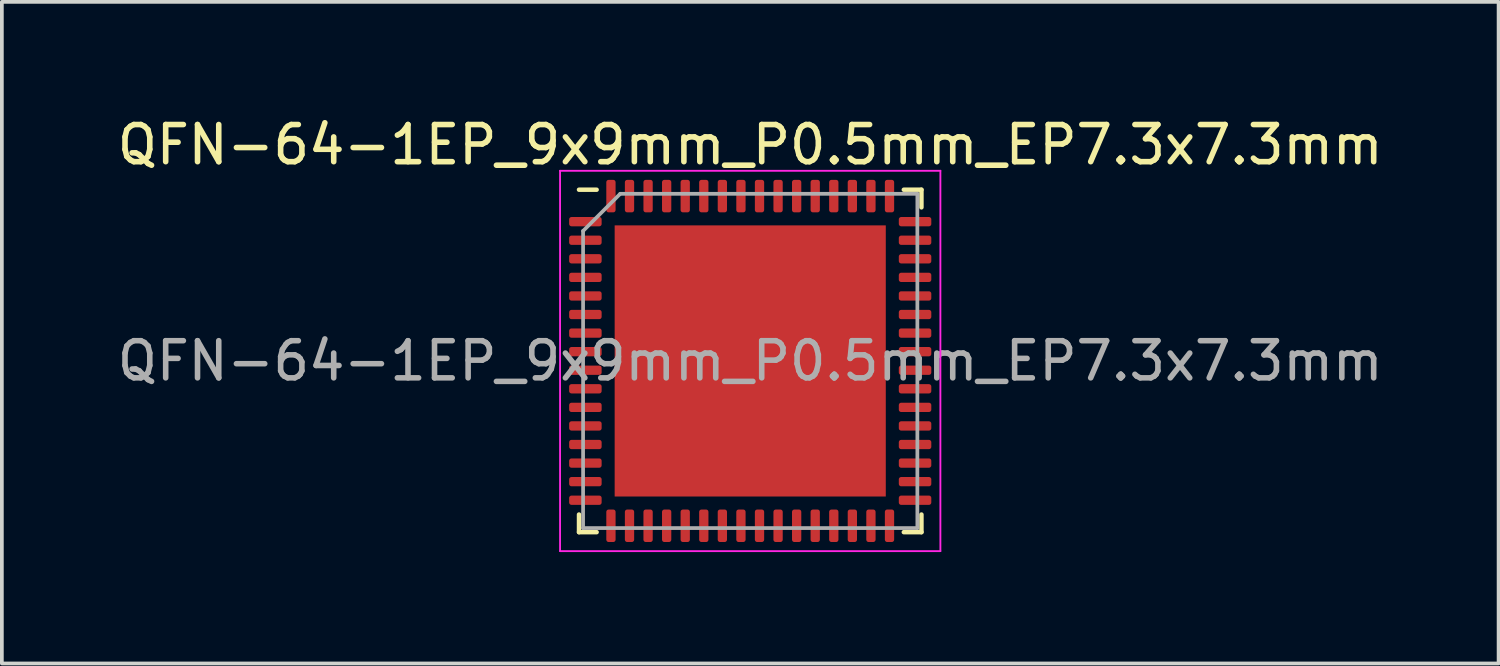
<source format=kicad_pcb>
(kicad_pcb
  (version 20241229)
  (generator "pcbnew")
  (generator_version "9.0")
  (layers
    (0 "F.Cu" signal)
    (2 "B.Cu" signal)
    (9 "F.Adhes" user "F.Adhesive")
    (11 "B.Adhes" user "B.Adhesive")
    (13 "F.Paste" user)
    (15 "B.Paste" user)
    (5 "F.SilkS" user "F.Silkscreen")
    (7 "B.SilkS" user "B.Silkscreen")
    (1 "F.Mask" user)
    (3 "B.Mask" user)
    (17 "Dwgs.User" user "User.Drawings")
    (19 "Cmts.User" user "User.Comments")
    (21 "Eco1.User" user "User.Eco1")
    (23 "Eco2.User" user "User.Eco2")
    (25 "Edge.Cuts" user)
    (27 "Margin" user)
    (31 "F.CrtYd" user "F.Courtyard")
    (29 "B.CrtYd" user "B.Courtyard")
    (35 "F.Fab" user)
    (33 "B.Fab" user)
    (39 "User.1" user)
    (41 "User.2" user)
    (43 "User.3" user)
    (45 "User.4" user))
  (footprint "QFN-64-1EP_9x9mm_P0.5mm_EP7.3x7.3mm"
    (layer "F.Cu")
    (at 17.149 6.668)
    (property "Reference" "QFN-64-1EP_9x9mm_P0.5mm_EP7.3x7.3mm" (at 0 -5.82 0) (layer "F.SilkS") (effects (font (size 1 1) (thickness 0.15))))
    (attr smd)
    (fp_line (start -4.61 4.61) (end -4.61 4.135) (stroke (width 0.12) (type solid)) (layer "F.SilkS"))
    (fp_line (start -4.135 -4.61) (end -4.61 -4.61) (stroke (width 0.12) (type solid)) (layer "F.SilkS"))
    (fp_line (start -4.135 4.61) (end -4.61 4.61) (stroke (width 0.12) (type solid)) (layer "F.SilkS"))
    (fp_line (start 4.135 -4.61) (end 4.61 -4.61) (stroke (width 0.12) (type solid)) (layer "F.SilkS"))
    (fp_line (start 4.135 4.61) (end 4.61 4.61) (stroke (width 0.12) (type solid)) (layer "F.SilkS"))
    (fp_line (start 4.61 -4.61) (end 4.61 -4.135) (stroke (width 0.12) (type solid)) (layer "F.SilkS"))
    (fp_line (start 4.61 4.61) (end 4.61 4.135) (stroke (width 0.12) (type solid)) (layer "F.SilkS"))
    (fp_line (start -5.12 -5.12) (end -5.12 5.12) (stroke (width 0.05) (type solid)) (layer "F.CrtYd"))
    (fp_line (start -5.12 5.12) (end 5.12 5.12) (stroke (width 0.05) (type solid)) (layer "F.CrtYd"))
    (fp_line (start 5.12 -5.12) (end -5.12 -5.12) (stroke (width 0.05) (type solid)) (layer "F.CrtYd"))
    (fp_line (start 5.12 5.12) (end 5.12 -5.12) (stroke (width 0.05) (type solid)) (layer "F.CrtYd"))
    (fp_line (start -4.5 -3.5) (end -3.5 -4.5) (stroke (width 0.1) (type solid)) (layer "F.Fab"))
    (fp_line (start -4.5 4.5) (end -4.5 -3.5) (stroke (width 0.1) (type solid)) (layer "F.Fab"))
    (fp_line (start -3.5 -4.5) (end 4.5 -4.5) (stroke (width 0.1) (type solid)) (layer "F.Fab"))
    (fp_line (start 4.5 -4.5) (end 4.5 4.5) (stroke (width 0.1) (type solid)) (layer "F.Fab"))
    (fp_line (start 4.5 4.5) (end -4.5 4.5) (stroke (width 0.1) (type solid)) (layer "F.Fab"))
    (fp_text user "${REFERENCE}" (at 0 0 0) (layer "F.Fab") (effects (font (size 1 1) (thickness 0.15))))
    (pad "" smd roundrect (at -2.92 -2.92) (size 1.18 1.18) (layers "F.Paste") (roundrect_rratio 0.212))
    (pad "" smd roundrect (at -2.92 -1.46) (size 1.18 1.18) (layers "F.Paste") (roundrect_rratio 0.212))
    (pad "" smd roundrect (at -2.92 0) (size 1.18 1.18) (layers "F.Paste") (roundrect_rratio 0.212))
    (pad "" smd roundrect (at -2.92 1.46) (size 1.18 1.18) (layers "F.Paste") (roundrect_rratio 0.212))
    (pad "" smd roundrect (at -2.92 2.92) (size 1.18 1.18) (layers "F.Paste") (roundrect_rratio 0.212))
    (pad "" smd roundrect (at -1.46 -2.92) (size 1.18 1.18) (layers "F.Paste") (roundrect_rratio 0.212))
    (pad "" smd roundrect (at -1.46 -1.46) (size 1.18 1.18) (layers "F.Paste") (roundrect_rratio 0.212))
    (pad "" smd roundrect (at -1.46 0) (size 1.18 1.18) (layers "F.Paste") (roundrect_rratio 0.212))
    (pad "" smd roundrect (at -1.46 1.46) (size 1.18 1.18) (layers "F.Paste") (roundrect_rratio 0.212))
    (pad "" smd roundrect (at -1.46 2.92) (size 1.18 1.18) (layers "F.Paste") (roundrect_rratio 0.212))
    (pad "" smd roundrect (at 0 -2.92) (size 1.18 1.18) (layers "F.Paste") (roundrect_rratio 0.212))
    (pad "" smd roundrect (at 0 -1.46) (size 1.18 1.18) (layers "F.Paste") (roundrect_rratio 0.212))
    (pad "" smd roundrect (at 0 0) (size 1.18 1.18) (layers "F.Paste") (roundrect_rratio 0.212))
    (pad "" smd roundrect (at 0 1.46) (size 1.18 1.18) (layers "F.Paste") (roundrect_rratio 0.212))
    (pad "" smd roundrect (at 0 2.92) (size 1.18 1.18) (layers "F.Paste") (roundrect_rratio 0.212))
    (pad "" smd roundrect (at 1.46 -2.92) (size 1.18 1.18) (layers "F.Paste") (roundrect_rratio 0.212))
    (pad "" smd roundrect (at 1.46 -1.46) (size 1.18 1.18) (layers "F.Paste") (roundrect_rratio 0.212))
    (pad "" smd roundrect (at 1.46 0) (size 1.18 1.18) (layers "F.Paste") (roundrect_rratio 0.212))
    (pad "" smd roundrect (at 1.46 1.46) (size 1.18 1.18) (layers "F.Paste") (roundrect_rratio 0.212))
    (pad "" smd roundrect (at 1.46 2.92) (size 1.18 1.18) (layers "F.Paste") (roundrect_rratio 0.212))
    (pad "" smd roundrect (at 2.92 -2.92) (size 1.18 1.18) (layers "F.Paste") (roundrect_rratio 0.212))
    (pad "" smd roundrect (at 2.92 -1.46) (size 1.18 1.18) (layers "F.Paste") (roundrect_rratio 0.212))
    (pad "" smd roundrect (at 2.92 0) (size 1.18 1.18) (layers "F.Paste") (roundrect_rratio 0.212))
    (pad "" smd roundrect (at 2.92 1.46) (size 1.18 1.18) (layers "F.Paste") (roundrect_rratio 0.212))
    (pad "" smd roundrect (at 2.92 2.92) (size 1.18 1.18) (layers "F.Paste") (roundrect_rratio 0.212))
    (pad "1" smd roundrect (at -4.438 -3.75) (size 0.875 0.25) (layers "F.Cu" "F.Mask" "F.Paste") (roundrect_rratio 0.25))
    (pad "2" smd roundrect (at -4.438 -3.25) (size 0.875 0.25) (layers "F.Cu" "F.Mask" "F.Paste") (roundrect_rratio 0.25))
    (pad "3" smd roundrect (at -4.438 -2.75) (size 0.875 0.25) (layers "F.Cu" "F.Mask" "F.Paste") (roundrect_rratio 0.25))
    (pad "4" smd roundrect (at -4.438 -2.25) (size 0.875 0.25) (layers "F.Cu" "F.Mask" "F.Paste") (roundrect_rratio 0.25))
    (pad "5" smd roundrect (at -4.438 -1.75) (size 0.875 0.25) (layers "F.Cu" "F.Mask" "F.Paste") (roundrect_rratio 0.25))
    (pad "6" smd roundrect (at -4.438 -1.25) (size 0.875 0.25) (layers "F.Cu" "F.Mask" "F.Paste") (roundrect_rratio 0.25))
    (pad "7" smd roundrect (at -4.438 -0.75) (size 0.875 0.25) (layers "F.Cu" "F.Mask" "F.Paste") (roundrect_rratio 0.25))
    (pad "8" smd roundrect (at -4.438 -0.25) (size 0.875 0.25) (layers "F.Cu" "F.Mask" "F.Paste") (roundrect_rratio 0.25))
    (pad "9" smd roundrect (at -4.438 0.25) (size 0.875 0.25) (layers "F.Cu" "F.Mask" "F.Paste") (roundrect_rratio 0.25))
    (pad "10" smd roundrect (at -4.438 0.75) (size 0.875 0.25) (layers "F.Cu" "F.Mask" "F.Paste") (roundrect_rratio 0.25))
    (pad "11" smd roundrect (at -4.438 1.25) (size 0.875 0.25) (layers "F.Cu" "F.Mask" "F.Paste") (roundrect_rratio 0.25))
    (pad "12" smd roundrect (at -4.438 1.75) (size 0.875 0.25) (layers "F.Cu" "F.Mask" "F.Paste") (roundrect_rratio 0.25))
    (pad "13" smd roundrect (at -4.438 2.25) (size 0.875 0.25) (layers "F.Cu" "F.Mask" "F.Paste") (roundrect_rratio 0.25))
    (pad "14" smd roundrect (at -4.438 2.75) (size 0.875 0.25) (layers "F.Cu" "F.Mask" "F.Paste") (roundrect_rratio 0.25))
    (pad "15" smd roundrect (at -4.438 3.25) (size 0.875 0.25) (layers "F.Cu" "F.Mask" "F.Paste") (roundrect_rratio 0.25))
    (pad "16" smd roundrect (at -4.438 3.75) (size 0.875 0.25) (layers "F.Cu" "F.Mask" "F.Paste") (roundrect_rratio 0.25))
    (pad "17" smd roundrect (at -3.75 4.438) (size 0.25 0.875) (layers "F.Cu" "F.Mask" "F.Paste") (roundrect_rratio 0.25))
    (pad "18" smd roundrect (at -3.25 4.438) (size 0.25 0.875) (layers "F.Cu" "F.Mask" "F.Paste") (roundrect_rratio 0.25))
    (pad "19" smd roundrect (at -2.75 4.438) (size 0.25 0.875) (layers "F.Cu" "F.Mask" "F.Paste") (roundrect_rratio 0.25))
    (pad "20" smd roundrect (at -2.25 4.438) (size 0.25 0.875) (layers "F.Cu" "F.Mask" "F.Paste") (roundrect_rratio 0.25))
    (pad "21" smd roundrect (at -1.75 4.438) (size 0.25 0.875) (layers "F.Cu" "F.Mask" "F.Paste") (roundrect_rratio 0.25))
    (pad "22" smd roundrect (at -1.25 4.438) (size 0.25 0.875) (layers "F.Cu" "F.Mask" "F.Paste") (roundrect_rratio 0.25))
    (pad "23" smd roundrect (at -0.75 4.438) (size 0.25 0.875) (layers "F.Cu" "F.Mask" "F.Paste") (roundrect_rratio 0.25))
    (pad "24" smd roundrect (at -0.25 4.438) (size 0.25 0.875) (layers "F.Cu" "F.Mask" "F.Paste") (roundrect_rratio 0.25))
    (pad "25" smd roundrect (at 0.25 4.438) (size 0.25 0.875) (layers "F.Cu" "F.Mask" "F.Paste") (roundrect_rratio 0.25))
    (pad "26" smd roundrect (at 0.75 4.438) (size 0.25 0.875) (layers "F.Cu" "F.Mask" "F.Paste") (roundrect_rratio 0.25))
    (pad "27" smd roundrect (at 1.25 4.438) (size 0.25 0.875) (layers "F.Cu" "F.Mask" "F.Paste") (roundrect_rratio 0.25))
    (pad "28" smd roundrect (at 1.75 4.438) (size 0.25 0.875) (layers "F.Cu" "F.Mask" "F.Paste") (roundrect_rratio 0.25))
    (pad "29" smd roundrect (at 2.25 4.438) (size 0.25 0.875) (layers "F.Cu" "F.Mask" "F.Paste") (roundrect_rratio 0.25))
    (pad "30" smd roundrect (at 2.75 4.438) (size 0.25 0.875) (layers "F.Cu" "F.Mask" "F.Paste") (roundrect_rratio 0.25))
    (pad "31" smd roundrect (at 3.25 4.438) (size 0.25 0.875) (layers "F.Cu" "F.Mask" "F.Paste") (roundrect_rratio 0.25))
    (pad "32" smd roundrect (at 3.75 4.438) (size 0.25 0.875) (layers "F.Cu" "F.Mask" "F.Paste") (roundrect_rratio 0.25))
    (pad "33" smd roundrect (at 4.438 3.75) (size 0.875 0.25) (layers "F.Cu" "F.Mask" "F.Paste") (roundrect_rratio 0.25))
    (pad "34" smd roundrect (at 4.438 3.25) (size 0.875 0.25) (layers "F.Cu" "F.Mask" "F.Paste") (roundrect_rratio 0.25))
    (pad "35" smd roundrect (at 4.438 2.75) (size 0.875 0.25) (layers "F.Cu" "F.Mask" "F.Paste") (roundrect_rratio 0.25))
    (pad "36" smd roundrect (at 4.438 2.25) (size 0.875 0.25) (layers "F.Cu" "F.Mask" "F.Paste") (roundrect_rratio 0.25))
    (pad "37" smd roundrect (at 4.438 1.75) (size 0.875 0.25) (layers "F.Cu" "F.Mask" "F.Paste") (roundrect_rratio 0.25))
    (pad "38" smd roundrect (at 4.438 1.25) (size 0.875 0.25) (layers "F.Cu" "F.Mask" "F.Paste") (roundrect_rratio 0.25))
    (pad "39" smd roundrect (at 4.438 0.75) (size 0.875 0.25) (layers "F.Cu" "F.Mask" "F.Paste") (roundrect_rratio 0.25))
    (pad "40" smd roundrect (at 4.438 0.25) (size 0.875 0.25) (layers "F.Cu" "F.Mask" "F.Paste") (roundrect_rratio 0.25))
    (pad "41" smd roundrect (at 4.438 -0.25) (size 0.875 0.25) (layers "F.Cu" "F.Mask" "F.Paste") (roundrect_rratio 0.25))
    (pad "42" smd roundrect (at 4.438 -0.75) (size 0.875 0.25) (layers "F.Cu" "F.Mask" "F.Paste") (roundrect_rratio 0.25))
    (pad "43" smd roundrect (at 4.438 -1.25) (size 0.875 0.25) (layers "F.Cu" "F.Mask" "F.Paste") (roundrect_rratio 0.25))
    (pad "44" smd roundrect (at 4.438 -1.75) (size 0.875 0.25) (layers "F.Cu" "F.Mask" "F.Paste") (roundrect_rratio 0.25))
    (pad "45" smd roundrect (at 4.438 -2.25) (size 0.875 0.25) (layers "F.Cu" "F.Mask" "F.Paste") (roundrect_rratio 0.25))
    (pad "46" smd roundrect (at 4.438 -2.75) (size 0.875 0.25) (layers "F.Cu" "F.Mask" "F.Paste") (roundrect_rratio 0.25))
    (pad "47" smd roundrect (at 4.438 -3.25) (size 0.875 0.25) (layers "F.Cu" "F.Mask" "F.Paste") (roundrect_rratio 0.25))
    (pad "48" smd roundrect (at 4.438 -3.75) (size 0.875 0.25) (layers "F.Cu" "F.Mask" "F.Paste") (roundrect_rratio 0.25))
    (pad "49" smd roundrect (at 3.75 -4.438) (size 0.25 0.875) (layers "F.Cu" "F.Mask" "F.Paste") (roundrect_rratio 0.25))
    (pad "50" smd roundrect (at 3.25 -4.438) (size 0.25 0.875) (layers "F.Cu" "F.Mask" "F.Paste") (roundrect_rratio 0.25))
    (pad "51" smd roundrect (at 2.75 -4.438) (size 0.25 0.875) (layers "F.Cu" "F.Mask" "F.Paste") (roundrect_rratio 0.25))
    (pad "52" smd roundrect (at 2.25 -4.438) (size 0.25 0.875) (layers "F.Cu" "F.Mask" "F.Paste") (roundrect_rratio 0.25))
    (pad "53" smd roundrect (at 1.75 -4.438) (size 0.25 0.875) (layers "F.Cu" "F.Mask" "F.Paste") (roundrect_rratio 0.25))
    (pad "54" smd roundrect (at 1.25 -4.438) (size 0.25 0.875) (layers "F.Cu" "F.Mask" "F.Paste") (roundrect_rratio 0.25))
    (pad "55" smd roundrect (at 0.75 -4.438) (size 0.25 0.875) (layers "F.Cu" "F.Mask" "F.Paste") (roundrect_rratio 0.25))
    (pad "56" smd roundrect (at 0.25 -4.438) (size 0.25 0.875) (layers "F.Cu" "F.Mask" "F.Paste") (roundrect_rratio 0.25))
    (pad "57" smd roundrect (at -0.25 -4.438) (size 0.25 0.875) (layers "F.Cu" "F.Mask" "F.Paste") (roundrect_rratio 0.25))
    (pad "58" smd roundrect (at -0.75 -4.438) (size 0.25 0.875) (layers "F.Cu" "F.Mask" "F.Paste") (roundrect_rratio 0.25))
    (pad "59" smd roundrect (at -1.25 -4.438) (size 0.25 0.875) (layers "F.Cu" "F.Mask" "F.Paste") (roundrect_rratio 0.25))
    (pad "60" smd roundrect (at -1.75 -4.438) (size 0.25 0.875) (layers "F.Cu" "F.Mask" "F.Paste") (roundrect_rratio 0.25))
    (pad "61" smd roundrect (at -2.25 -4.438) (size 0.25 0.875) (layers "F.Cu" "F.Mask" "F.Paste") (roundrect_rratio 0.25))
    (pad "62" smd roundrect (at -2.75 -4.438) (size 0.25 0.875) (layers "F.Cu" "F.Mask" "F.Paste") (roundrect_rratio 0.25))
    (pad "63" smd roundrect (at -3.25 -4.438) (size 0.25 0.875) (layers "F.Cu" "F.Mask" "F.Paste") (roundrect_rratio 0.25))
    (pad "64" smd roundrect (at -3.75 -4.438) (size 0.25 0.875) (layers "F.Cu" "F.Mask" "F.Paste") (roundrect_rratio 0.25))
    (pad "65" smd rect (at 0 0) (size 7.3 7.3) (layers "F.Cu" "F.Mask")))
  (gr_rect
    (start -3 -3)
    (end 37.298 14.813)
    (stroke (width 0.1) (type default))
    (fill no)
    (layer "Edge.Cuts")))
</source>
